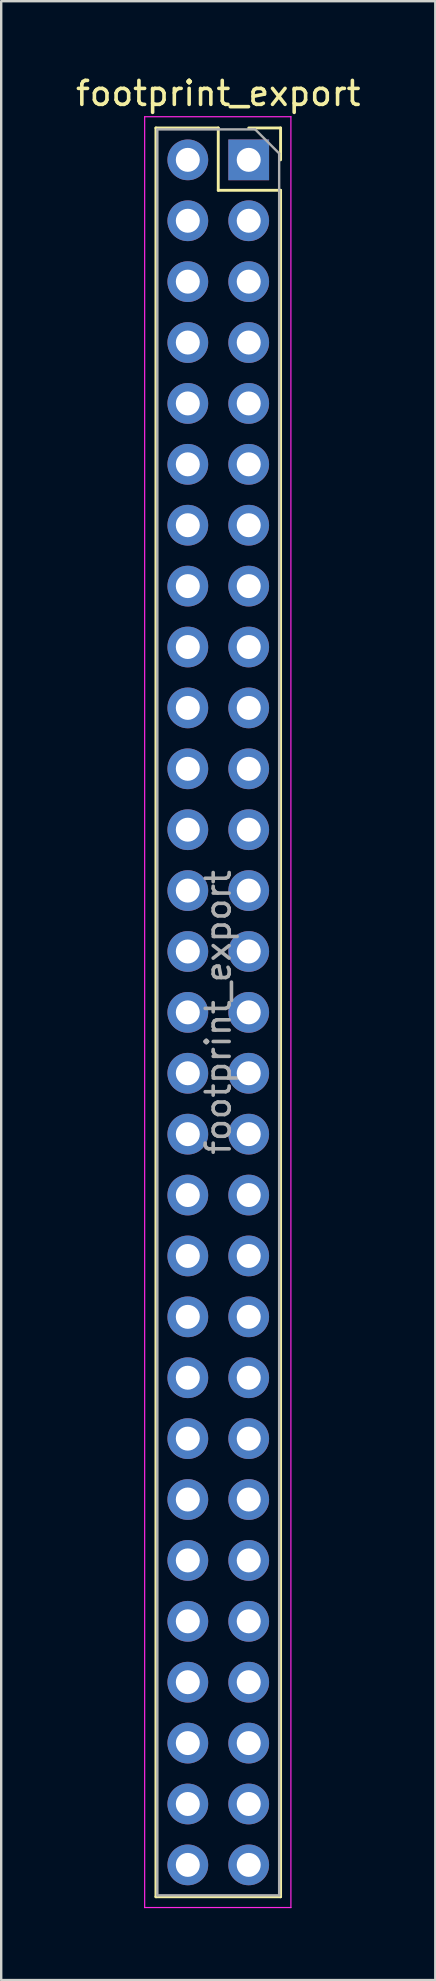
<source format=kicad_pcb>
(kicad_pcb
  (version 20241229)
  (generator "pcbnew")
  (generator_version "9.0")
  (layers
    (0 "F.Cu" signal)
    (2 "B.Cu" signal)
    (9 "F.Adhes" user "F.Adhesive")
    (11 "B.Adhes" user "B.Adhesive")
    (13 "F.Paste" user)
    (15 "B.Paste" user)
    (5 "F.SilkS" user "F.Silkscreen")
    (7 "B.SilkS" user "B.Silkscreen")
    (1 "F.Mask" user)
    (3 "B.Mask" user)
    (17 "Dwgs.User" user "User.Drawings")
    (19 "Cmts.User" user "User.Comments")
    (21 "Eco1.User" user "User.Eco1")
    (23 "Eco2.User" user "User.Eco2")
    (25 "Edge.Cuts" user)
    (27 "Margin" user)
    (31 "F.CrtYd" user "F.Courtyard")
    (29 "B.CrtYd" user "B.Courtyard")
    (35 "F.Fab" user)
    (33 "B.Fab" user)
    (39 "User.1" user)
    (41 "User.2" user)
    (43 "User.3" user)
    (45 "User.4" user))
  (footprint "footprint_export"
    (layer "F.Cu")
    (at 7.324 3.618)
    (property "Reference" "footprint_export" (at -1.27 -2.77 0) (layer "F.SilkS") (effects (font (size 1 1) (thickness 0.15))))
    (attr through_hole)
    (fp_line (start -3.87 -1.33) (end -3.87 72.45) (stroke (width 0.12) (type solid)) (layer "F.SilkS"))
    (fp_line (start -3.87 -1.33) (end -1.27 -1.33) (stroke (width 0.12) (type solid)) (layer "F.SilkS"))
    (fp_line (start -3.87 72.45) (end 1.33 72.45) (stroke (width 0.12) (type solid)) (layer "F.SilkS"))
    (fp_line (start -1.27 -1.33) (end -1.27 1.27) (stroke (width 0.12) (type solid)) (layer "F.SilkS"))
    (fp_line (start -1.27 1.27) (end 1.33 1.27) (stroke (width 0.12) (type solid)) (layer "F.SilkS"))
    (fp_line (start 0 -1.33) (end 1.33 -1.33) (stroke (width 0.12) (type solid)) (layer "F.SilkS"))
    (fp_line (start 1.33 -1.33) (end 1.33 0) (stroke (width 0.12) (type solid)) (layer "F.SilkS"))
    (fp_line (start 1.33 1.27) (end 1.33 72.45) (stroke (width 0.12) (type solid)) (layer "F.SilkS"))
    (fp_line (start -4.34 -1.8) (end 1.76 -1.8) (stroke (width 0.05) (type solid)) (layer "F.CrtYd"))
    (fp_line (start -4.34 72.9) (end -4.34 -1.8) (stroke (width 0.05) (type solid)) (layer "F.CrtYd"))
    (fp_line (start 1.76 -1.8) (end 1.76 72.9) (stroke (width 0.05) (type solid)) (layer "F.CrtYd"))
    (fp_line (start 1.76 72.9) (end -4.34 72.9) (stroke (width 0.05) (type solid)) (layer "F.CrtYd"))
    (fp_line (start -3.81 -1.27) (end 0.27 -1.27) (stroke (width 0.1) (type solid)) (layer "F.Fab"))
    (fp_line (start -3.81 72.39) (end -3.81 -1.27) (stroke (width 0.1) (type solid)) (layer "F.Fab"))
    (fp_line (start 0.27 -1.27) (end 1.27 -0.27) (stroke (width 0.1) (type solid)) (layer "F.Fab"))
    (fp_line (start 1.27 -0.27) (end 1.27 72.39) (stroke (width 0.1) (type solid)) (layer "F.Fab"))
    (fp_line (start 1.27 72.39) (end -3.81 72.39) (stroke (width 0.1) (type solid)) (layer "F.Fab"))
    (fp_text user "${REFERENCE}" (at -1.27 35.56 90) (layer "F.Fab") (effects (font (size 1 1) (thickness 0.15))))
    (pad "1" thru_hole rect (at 0 0) (size 1.7 1.7) (drill 1) (layers "*.Cu" "*.Mask"))
    (pad "2" thru_hole oval (at -2.54 0) (size 1.7 1.7) (drill 1) (layers "*.Cu" "*.Mask"))
    (pad "3" thru_hole oval (at 0 2.54) (size 1.7 1.7) (drill 1) (layers "*.Cu" "*.Mask"))
    (pad "4" thru_hole oval (at -2.54 2.54) (size 1.7 1.7) (drill 1) (layers "*.Cu" "*.Mask"))
    (pad "5" thru_hole oval (at 0 5.08) (size 1.7 1.7) (drill 1) (layers "*.Cu" "*.Mask"))
    (pad "6" thru_hole oval (at -2.54 5.08) (size 1.7 1.7) (drill 1) (layers "*.Cu" "*.Mask"))
    (pad "7" thru_hole oval (at 0 7.62) (size 1.7 1.7) (drill 1) (layers "*.Cu" "*.Mask"))
    (pad "8" thru_hole oval (at -2.54 7.62) (size 1.7 1.7) (drill 1) (layers "*.Cu" "*.Mask"))
    (pad "9" thru_hole oval (at 0 10.16) (size 1.7 1.7) (drill 1) (layers "*.Cu" "*.Mask"))
    (pad "10" thru_hole oval (at -2.54 10.16) (size 1.7 1.7) (drill 1) (layers "*.Cu" "*.Mask"))
    (pad "11" thru_hole oval (at 0 12.7) (size 1.7 1.7) (drill 1) (layers "*.Cu" "*.Mask"))
    (pad "12" thru_hole oval (at -2.54 12.7) (size 1.7 1.7) (drill 1) (layers "*.Cu" "*.Mask"))
    (pad "13" thru_hole oval (at 0 15.24) (size 1.7 1.7) (drill 1) (layers "*.Cu" "*.Mask"))
    (pad "14" thru_hole oval (at -2.54 15.24) (size 1.7 1.7) (drill 1) (layers "*.Cu" "*.Mask"))
    (pad "15" thru_hole oval (at 0 17.78) (size 1.7 1.7) (drill 1) (layers "*.Cu" "*.Mask"))
    (pad "16" thru_hole oval (at -2.54 17.78) (size 1.7 1.7) (drill 1) (layers "*.Cu" "*.Mask"))
    (pad "17" thru_hole oval (at 0 20.32) (size 1.7 1.7) (drill 1) (layers "*.Cu" "*.Mask"))
    (pad "18" thru_hole oval (at -2.54 20.32) (size 1.7 1.7) (drill 1) (layers "*.Cu" "*.Mask"))
    (pad "19" thru_hole oval (at 0 22.86) (size 1.7 1.7) (drill 1) (layers "*.Cu" "*.Mask"))
    (pad "20" thru_hole oval (at -2.54 22.86) (size 1.7 1.7) (drill 1) (layers "*.Cu" "*.Mask"))
    (pad "21" thru_hole oval (at 0 25.4) (size 1.7 1.7) (drill 1) (layers "*.Cu" "*.Mask"))
    (pad "22" thru_hole oval (at -2.54 25.4) (size 1.7 1.7) (drill 1) (layers "*.Cu" "*.Mask"))
    (pad "23" thru_hole oval (at 0 27.94) (size 1.7 1.7) (drill 1) (layers "*.Cu" "*.Mask"))
    (pad "24" thru_hole oval (at -2.54 27.94) (size 1.7 1.7) (drill 1) (layers "*.Cu" "*.Mask"))
    (pad "25" thru_hole oval (at 0 30.48) (size 1.7 1.7) (drill 1) (layers "*.Cu" "*.Mask"))
    (pad "26" thru_hole oval (at -2.54 30.48) (size 1.7 1.7) (drill 1) (layers "*.Cu" "*.Mask"))
    (pad "27" thru_hole oval (at 0 33.02) (size 1.7 1.7) (drill 1) (layers "*.Cu" "*.Mask"))
    (pad "28" thru_hole oval (at -2.54 33.02) (size 1.7 1.7) (drill 1) (layers "*.Cu" "*.Mask"))
    (pad "29" thru_hole oval (at 0 35.56) (size 1.7 1.7) (drill 1) (layers "*.Cu" "*.Mask"))
    (pad "30" thru_hole oval (at -2.54 35.56) (size 1.7 1.7) (drill 1) (layers "*.Cu" "*.Mask"))
    (pad "31" thru_hole oval (at 0 38.1) (size 1.7 1.7) (drill 1) (layers "*.Cu" "*.Mask"))
    (pad "32" thru_hole oval (at -2.54 38.1) (size 1.7 1.7) (drill 1) (layers "*.Cu" "*.Mask"))
    (pad "33" thru_hole oval (at 0 40.64) (size 1.7 1.7) (drill 1) (layers "*.Cu" "*.Mask"))
    (pad "34" thru_hole oval (at -2.54 40.64) (size 1.7 1.7) (drill 1) (layers "*.Cu" "*.Mask"))
    (pad "35" thru_hole oval (at 0 43.18) (size 1.7 1.7) (drill 1) (layers "*.Cu" "*.Mask"))
    (pad "36" thru_hole oval (at -2.54 43.18) (size 1.7 1.7) (drill 1) (layers "*.Cu" "*.Mask"))
    (pad "37" thru_hole oval (at 0 45.72) (size 1.7 1.7) (drill 1) (layers "*.Cu" "*.Mask"))
    (pad "38" thru_hole oval (at -2.54 45.72) (size 1.7 1.7) (drill 1) (layers "*.Cu" "*.Mask"))
    (pad "39" thru_hole oval (at 0 48.26) (size 1.7 1.7) (drill 1) (layers "*.Cu" "*.Mask"))
    (pad "40" thru_hole oval (at -2.54 48.26) (size 1.7 1.7) (drill 1) (layers "*.Cu" "*.Mask"))
    (pad "41" thru_hole oval (at 0 50.8) (size 1.7 1.7) (drill 1) (layers "*.Cu" "*.Mask"))
    (pad "42" thru_hole oval (at -2.54 50.8) (size 1.7 1.7) (drill 1) (layers "*.Cu" "*.Mask"))
    (pad "43" thru_hole oval (at 0 53.34) (size 1.7 1.7) (drill 1) (layers "*.Cu" "*.Mask"))
    (pad "44" thru_hole oval (at -2.54 53.34) (size 1.7 1.7) (drill 1) (layers "*.Cu" "*.Mask"))
    (pad "45" thru_hole oval (at 0 55.88) (size 1.7 1.7) (drill 1) (layers "*.Cu" "*.Mask"))
    (pad "46" thru_hole oval (at -2.54 55.88) (size 1.7 1.7) (drill 1) (layers "*.Cu" "*.Mask"))
    (pad "47" thru_hole oval (at 0 58.42) (size 1.7 1.7) (drill 1) (layers "*.Cu" "*.Mask"))
    (pad "48" thru_hole oval (at -2.54 58.42) (size 1.7 1.7) (drill 1) (layers "*.Cu" "*.Mask"))
    (pad "49" thru_hole oval (at 0 60.96) (size 1.7 1.7) (drill 1) (layers "*.Cu" "*.Mask"))
    (pad "50" thru_hole oval (at -2.54 60.96) (size 1.7 1.7) (drill 1) (layers "*.Cu" "*.Mask"))
    (pad "51" thru_hole oval (at 0 63.5) (size 1.7 1.7) (drill 1) (layers "*.Cu" "*.Mask"))
    (pad "52" thru_hole oval (at -2.54 63.5) (size 1.7 1.7) (drill 1) (layers "*.Cu" "*.Mask"))
    (pad "53" thru_hole oval (at 0 66.04) (size 1.7 1.7) (drill 1) (layers "*.Cu" "*.Mask"))
    (pad "54" thru_hole oval (at -2.54 66.04) (size 1.7 1.7) (drill 1) (layers "*.Cu" "*.Mask"))
    (pad "55" thru_hole oval (at 0 68.58) (size 1.7 1.7) (drill 1) (layers "*.Cu" "*.Mask"))
    (pad "56" thru_hole oval (at -2.54 68.58) (size 1.7 1.7) (drill 1) (layers "*.Cu" "*.Mask"))
    (pad "57" thru_hole oval (at 0 71.12) (size 1.7 1.7) (drill 1) (layers "*.Cu" "*.Mask"))
    (pad "58" thru_hole oval (at -2.54 71.12) (size 1.7 1.7) (drill 1) (layers "*.Cu" "*.Mask")))
  (gr_rect
    (start -3 -3)
    (end 15.107 79.543)
    (stroke (width 0.1) (type default))
    (fill no)
    (layer "Edge.Cuts")))
</source>
